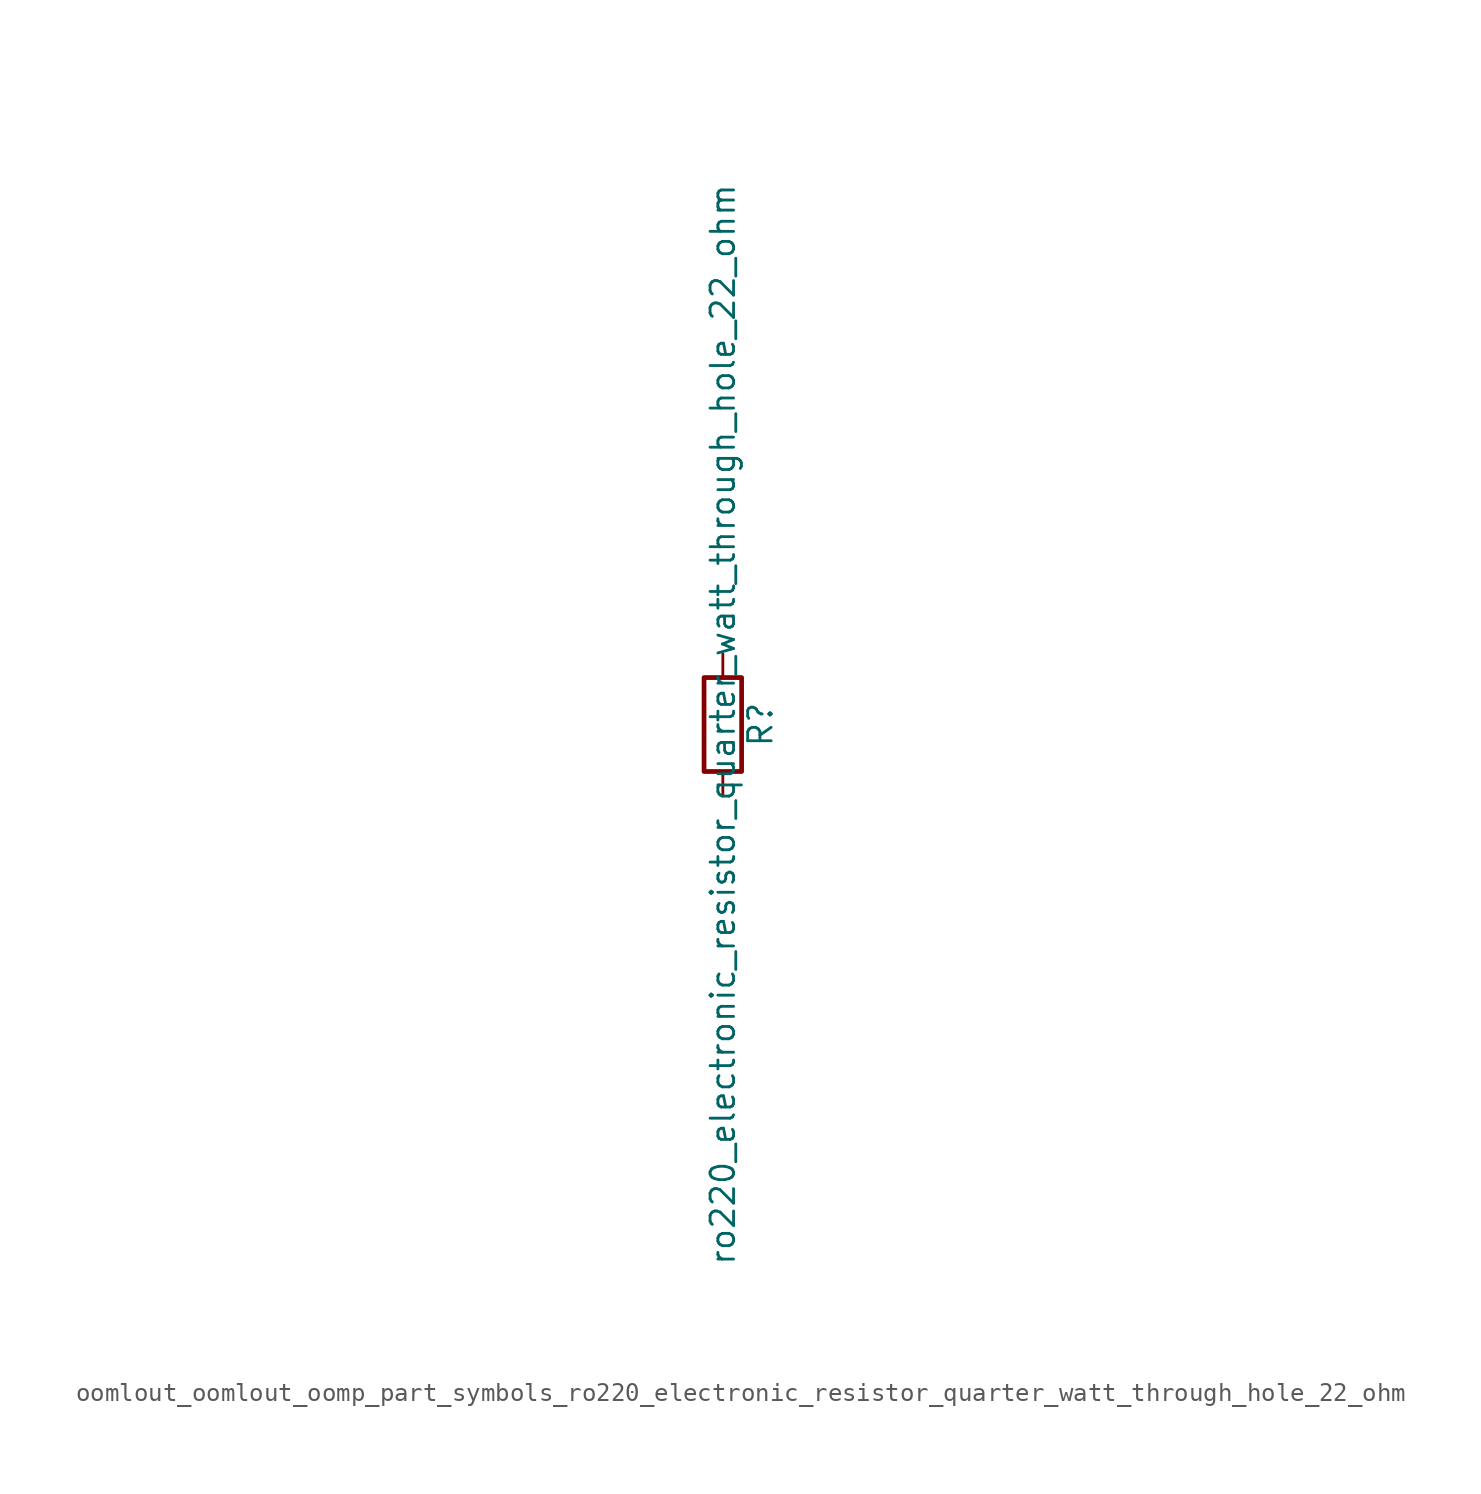
<source format=kicad_sym>
(kicad_symbol_lib
  (version 20220914)
  (generator kicad_symbol_editor)
  (symbol "oomlout_oomlout_oomp_part_symbols_ro220_electronic_resistor_quarter_watt_through_hole_22_ohm"
    (pin_numbers hide)
    (pin_names
      (offset 0))
    (property "Reference" "R"
      (at 2.032 0 90)
      (effects (font (size 1.27 1.27))))
    (property "Value" "ro220_electronic_resistor_quarter_watt_through_hole_22_ohm"
      (at 0 0 90)
      (effects (font (size 1.27 1.27))))
    (symbol "oomlout_oomlout_oomp_part_symbols_ro220_electronic_resistor_quarter_watt_through_hole_22_ohm_0_1"
      (rectangle (start -1.016 -2.54) (end 1.016 2.54) (stroke (width 0.254) (type default)) (fill (type none))))
    (symbol "oomlout_oomlout_oomp_part_symbols_ro220_electronic_resistor_quarter_watt_through_hole_22_ohm_1_1"
      (pin passive line (at 0 3.81 270) (length 1.27) (name "~" (effects (font (size 1.27 1.27)))) (number "1" (effects (font (size 1.27 1.27)))))
      (pin passive line (at 0 -3.81 90) (length 1.27) (name "~" (effects (font (size 1.27 1.27)))) (number "2" (effects (font (size 1.27 1.27))))))))
</source>
